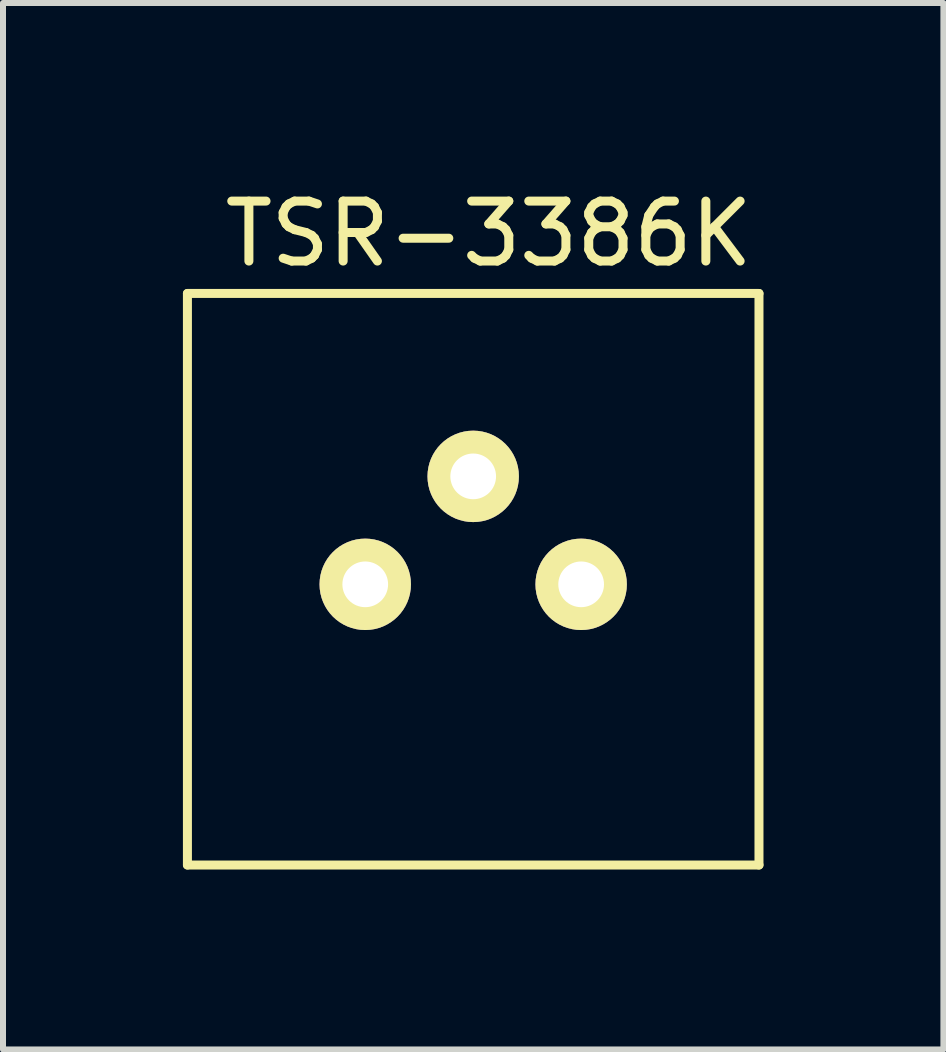
<source format=kicad_pcb>
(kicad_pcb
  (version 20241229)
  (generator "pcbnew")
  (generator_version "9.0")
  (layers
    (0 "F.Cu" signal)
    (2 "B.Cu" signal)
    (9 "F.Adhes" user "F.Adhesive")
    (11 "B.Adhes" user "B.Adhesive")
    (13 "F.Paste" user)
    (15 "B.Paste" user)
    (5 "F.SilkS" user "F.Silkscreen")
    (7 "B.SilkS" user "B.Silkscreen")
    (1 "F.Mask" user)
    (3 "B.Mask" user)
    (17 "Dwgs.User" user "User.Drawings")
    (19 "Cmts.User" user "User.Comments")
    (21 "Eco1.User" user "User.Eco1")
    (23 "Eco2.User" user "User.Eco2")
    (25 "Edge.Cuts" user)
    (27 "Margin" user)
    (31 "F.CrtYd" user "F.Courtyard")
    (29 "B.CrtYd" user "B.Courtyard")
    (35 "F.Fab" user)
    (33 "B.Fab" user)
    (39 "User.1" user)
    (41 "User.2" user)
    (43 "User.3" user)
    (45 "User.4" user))
  (footprint "TSR-3386K"
    (layer "F.Cu")
    (at 4.84 4.893)
    (property "Reference" "TSR-3386K" (at 0.26 -4.045 0) (layer "F.SilkS") (effects (font (size 1 1) (thickness 0.15))))
    (attr through_hole)
    (fp_line (start -4.765 -3.05) (end -4.765 6.48) (stroke (width 0.15) (type solid)) (layer "F.SilkS"))
    (fp_line (start -4.765 6.48) (end 4.765 6.48) (stroke (width 0.15) (type solid)) (layer "F.SilkS"))
    (fp_line (start 4.765 -3.05) (end -4.765 -3.05) (stroke (width 0.15) (type solid)) (layer "F.SilkS"))
    (fp_line (start 4.765 -3.05) (end 4.765 6.48) (stroke (width 0.15) (type solid)) (layer "F.SilkS"))
    (pad "1" thru_hole circle (at 1.8 1.8) (size 1.524 1.524) (drill 0.762) (layers "*.Cu" "*.Mask" "F.SilkS"))
    (pad "2" thru_hole circle (at 0 0) (size 1.524 1.524) (drill 0.762) (layers "*.Cu" "*.Mask" "F.SilkS"))
    (pad "3" thru_hole circle (at -1.8 1.8) (size 1.524 1.524) (drill 0.762) (layers "*.Cu" "*.Mask" "F.SilkS")))
  (gr_rect
    (start -3 -3)
    (end 12.68 14.448)
    (stroke (width 0.1) (type default))
    (fill no)
    (layer "Edge.Cuts")))
</source>
